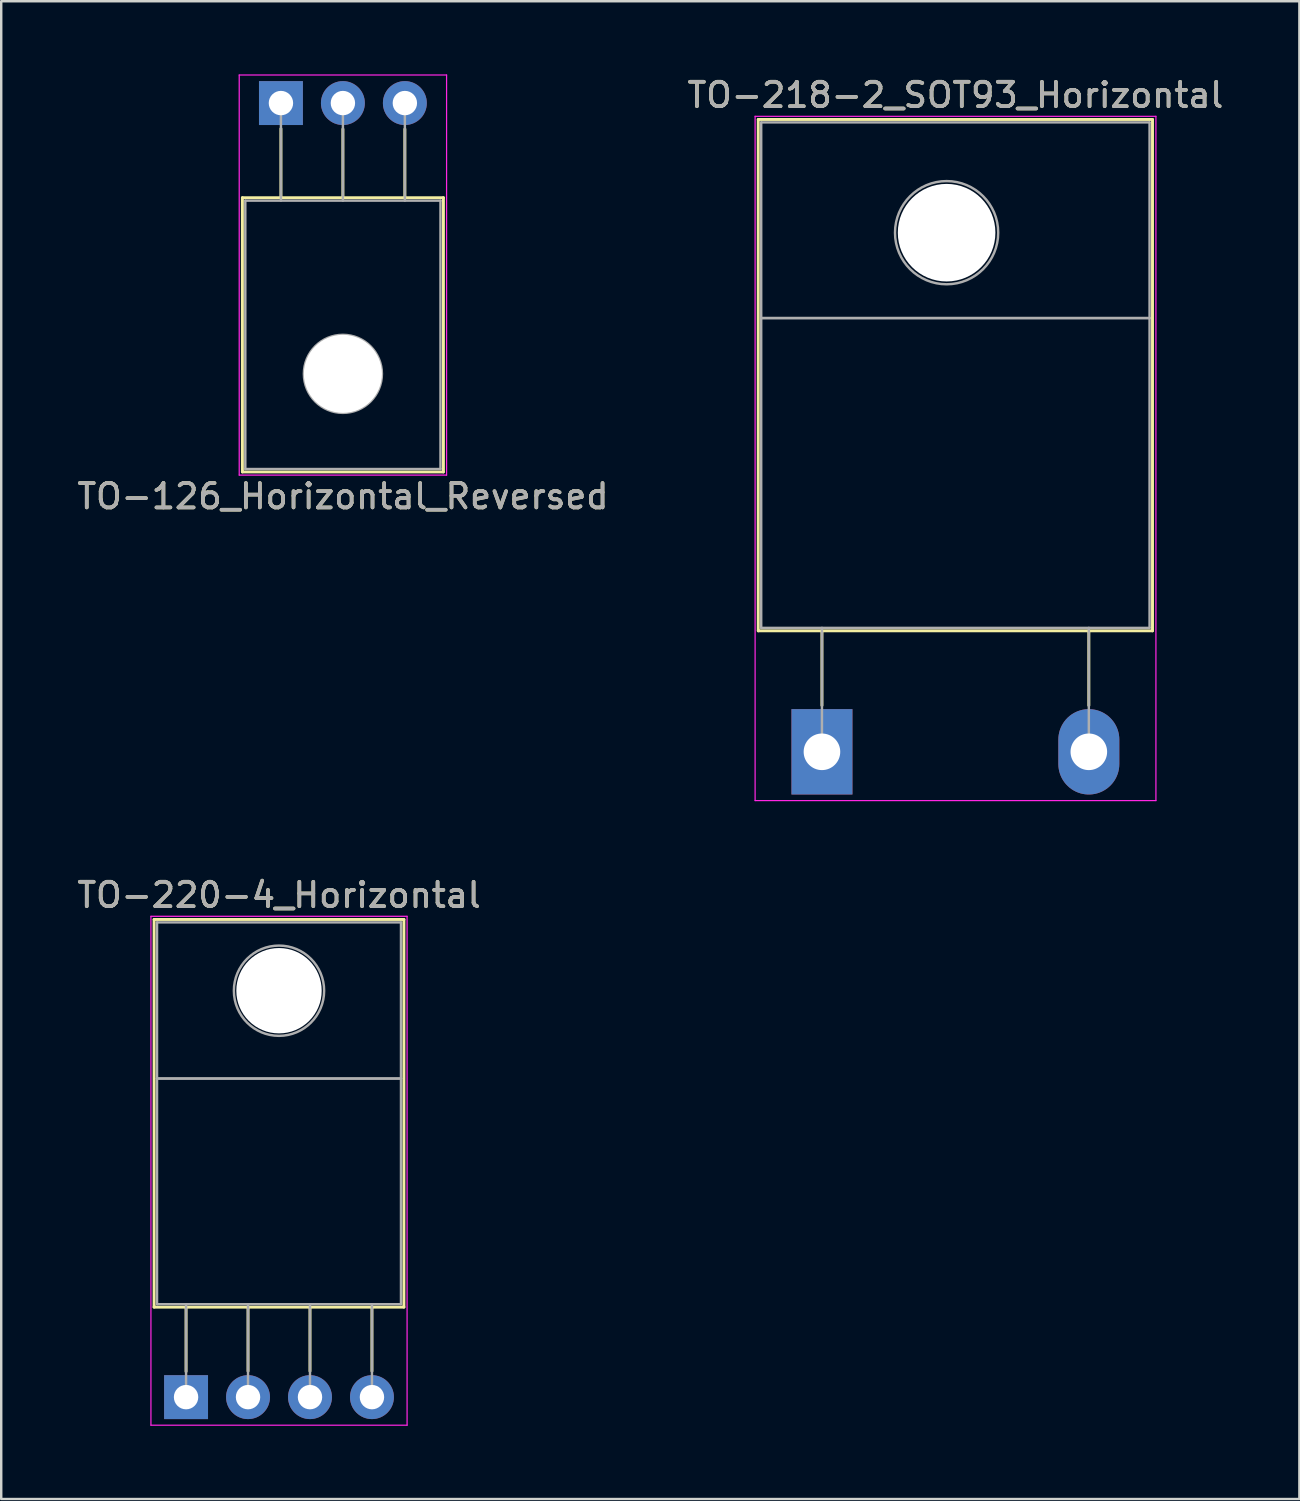
<source format=kicad_pcb>
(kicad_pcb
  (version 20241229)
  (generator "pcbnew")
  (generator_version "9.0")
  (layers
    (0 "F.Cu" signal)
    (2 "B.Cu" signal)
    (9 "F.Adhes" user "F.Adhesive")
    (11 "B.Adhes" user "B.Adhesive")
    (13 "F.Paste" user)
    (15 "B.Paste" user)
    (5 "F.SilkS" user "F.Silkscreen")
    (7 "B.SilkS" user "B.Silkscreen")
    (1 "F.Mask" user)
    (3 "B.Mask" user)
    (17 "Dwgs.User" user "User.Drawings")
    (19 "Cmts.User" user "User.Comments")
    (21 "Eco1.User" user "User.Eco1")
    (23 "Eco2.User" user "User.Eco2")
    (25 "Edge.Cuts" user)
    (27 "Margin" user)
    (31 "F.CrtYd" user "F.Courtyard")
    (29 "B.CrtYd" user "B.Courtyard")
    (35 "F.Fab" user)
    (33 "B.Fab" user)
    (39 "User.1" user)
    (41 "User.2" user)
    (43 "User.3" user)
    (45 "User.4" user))
  (footprint "TO-218-2_SOT93_Horizontal"
    (layer "F.Cu")
    (at 30.643 27.768)
    (property "Reference" "TO-218-2_SOT93_Horizontal" (at 5.47 -26.92 0) (layer "F.SilkS") (effects (font (size 1 1) (thickness 0.15))))
    (attr through_hole)
    (fp_line (start -2.611 -25.92) (end -2.611 -4.96) (stroke (width 0.12) (type solid)) (layer "F.SilkS"))
    (fp_line (start -2.611 -25.92) (end 13.55 -25.92) (stroke (width 0.12) (type solid)) (layer "F.SilkS"))
    (fp_line (start -2.611 -4.96) (end 13.55 -4.96) (stroke (width 0.12) (type solid)) (layer "F.SilkS"))
    (fp_line (start 0 -4.96) (end 0 -1.9) (stroke (width 0.12) (type solid)) (layer "F.SilkS"))
    (fp_line (start 10.94 -4.96) (end 10.94 -1.9) (stroke (width 0.12) (type solid)) (layer "F.SilkS"))
    (fp_line (start 13.55 -25.92) (end 13.55 -4.96) (stroke (width 0.12) (type solid)) (layer "F.SilkS"))
    (fp_line (start -2.74 -26.05) (end -2.74 2) (stroke (width 0.05) (type solid)) (layer "F.CrtYd"))
    (fp_line (start -2.74 2) (end 13.69 2) (stroke (width 0.05) (type solid)) (layer "F.CrtYd"))
    (fp_line (start 13.69 -26.05) (end -2.74 -26.05) (stroke (width 0.05) (type solid)) (layer "F.CrtYd"))
    (fp_line (start 13.69 2) (end 13.69 -26.05) (stroke (width 0.05) (type solid)) (layer "F.CrtYd"))
    (fp_line (start -2.49 -25.8) (end 13.43 -25.8) (stroke (width 0.1) (type solid)) (layer "F.Fab"))
    (fp_line (start -2.49 -17.78) (end -2.49 -25.8) (stroke (width 0.1) (type solid)) (layer "F.Fab"))
    (fp_line (start -2.49 -17.78) (end 13.43 -17.78) (stroke (width 0.1) (type solid)) (layer "F.Fab"))
    (fp_line (start -2.49 -5.08) (end -2.49 -17.78) (stroke (width 0.1) (type solid)) (layer "F.Fab"))
    (fp_line (start 0 -5.08) (end 0 0) (stroke (width 0.1) (type solid)) (layer "F.Fab"))
    (fp_line (start 10.94 -5.08) (end 10.94 0) (stroke (width 0.1) (type solid)) (layer "F.Fab"))
    (fp_line (start 13.43 -25.8) (end 13.43 -17.78) (stroke (width 0.1) (type solid)) (layer "F.Fab"))
    (fp_line (start 13.43 -17.78) (end -2.49 -17.78) (stroke (width 0.1) (type solid)) (layer "F.Fab"))
    (fp_line (start 13.43 -17.78) (end 13.43 -5.08) (stroke (width 0.1) (type solid)) (layer "F.Fab"))
    (fp_line (start 13.43 -5.08) (end -2.49 -5.08) (stroke (width 0.1) (type solid)) (layer "F.Fab"))
    (fp_circle (center 5.11 -21.28) (end 7.225 -21.28) (stroke (width 0.1) (type solid)) (fill no) (layer "F.Fab"))
    (fp_text user "${REFERENCE}" (at 5.47 -26.92 0) (layer "F.Fab") (effects (font (size 1 1) (thickness 0.15))))
    (pad "" np_thru_hole oval (at 5.11 -21.28) (size 4 4) (drill 4) (layers "*.Cu" "*.Mask"))
    (pad "1" thru_hole rect (at 0 0) (size 2.5 3.5) (drill 1.5) (layers "*.Cu" "*.Mask"))
    (pad "2" thru_hole oval (at 10.94 0) (size 2.5 3.5) (drill 1.5) (layers "*.Cu" "*.Mask")))
  (footprint "TO-126_Horizontal_Reversed"
    (layer "F.Cu")
    (at 8.466 1.175)
    (property "Reference" "TO-126_Horizontal_Reversed" (at 2.54 16.12 0) (layer "F.SilkS") (effects (font (size 1 1) (thickness 0.15))))
    (attr through_hole)
    (fp_line (start -1.58 3.88) (end -1.58 15.12) (stroke (width 0.12) (type solid)) (layer "F.SilkS"))
    (fp_line (start -1.58 3.88) (end 6.66 3.88) (stroke (width 0.12) (type solid)) (layer "F.SilkS"))
    (fp_line (start -1.58 15.12) (end 6.66 15.12) (stroke (width 0.12) (type solid)) (layer "F.SilkS"))
    (fp_line (start 0 1.05) (end 0 3.88) (stroke (width 0.12) (type solid)) (layer "F.SilkS"))
    (fp_line (start 2.54 1.066) (end 2.54 3.88) (stroke (width 0.12) (type solid)) (layer "F.SilkS"))
    (fp_line (start 5.08 1.066) (end 5.08 3.88) (stroke (width 0.12) (type solid)) (layer "F.SilkS"))
    (fp_line (start 6.66 3.88) (end 6.66 15.12) (stroke (width 0.12) (type solid)) (layer "F.SilkS"))
    (fp_line (start -1.71 -1.15) (end -1.71 15.25) (stroke (width 0.05) (type solid)) (layer "F.CrtYd"))
    (fp_line (start -1.71 15.25) (end 6.79 15.25) (stroke (width 0.05) (type solid)) (layer "F.CrtYd"))
    (fp_line (start 6.79 -1.15) (end -1.71 -1.15) (stroke (width 0.05) (type solid)) (layer "F.CrtYd"))
    (fp_line (start 6.79 15.25) (end 6.79 -1.15) (stroke (width 0.05) (type solid)) (layer "F.CrtYd"))
    (fp_line (start -1.46 4) (end -1.46 15) (stroke (width 0.1) (type solid)) (layer "F.Fab"))
    (fp_line (start -1.46 15) (end 6.54 15) (stroke (width 0.1) (type solid)) (layer "F.Fab"))
    (fp_line (start 0 4) (end 0 0) (stroke (width 0.1) (type solid)) (layer "F.Fab"))
    (fp_line (start 2.54 4) (end 2.54 0) (stroke (width 0.1) (type solid)) (layer "F.Fab"))
    (fp_line (start 5.08 4) (end 5.08 0) (stroke (width 0.1) (type solid)) (layer "F.Fab"))
    (fp_line (start 6.54 4) (end -1.46 4) (stroke (width 0.1) (type solid)) (layer "F.Fab"))
    (fp_line (start 6.54 15) (end 6.54 4) (stroke (width 0.1) (type solid)) (layer "F.Fab"))
    (fp_circle (center 2.54 11.1) (end 4.14 11.1) (stroke (width 0.1) (type solid)) (fill no) (layer "F.Fab"))
    (fp_text user "${REFERENCE}" (at 2.54 16.12 0) (layer "F.Fab") (effects (font (size 1 1) (thickness 0.15))))
    (pad "" np_thru_hole oval (at 2.54 11.1) (size 3.2 3.2) (drill 3.2) (layers "*.Cu" "*.Mask"))
    (pad "1" thru_hole rect (at 0 0) (size 1.8 1.8) (drill 1) (layers "*.Cu" "*.Mask"))
    (pad "2" thru_hole oval (at 2.54 0) (size 1.8 1.8) (drill 1) (layers "*.Cu" "*.Mask"))
    (pad "3" thru_hole oval (at 5.08 0) (size 1.8 1.8) (drill 1) (layers "*.Cu" "*.Mask")))
  (footprint "TO-220-4_Horizontal"
    (layer "F.Cu")
    (at 4.577 54.221)
    (property "Reference" "TO-220-4_Horizontal" (at 3.81 -20.58 0) (layer "F.SilkS") (effects (font (size 1 1) (thickness 0.15))))
    (attr through_hole)
    (fp_line (start -1.31 -19.58) (end -1.31 -3.69) (stroke (width 0.12) (type solid)) (layer "F.SilkS"))
    (fp_line (start -1.31 -19.58) (end 8.93 -19.58) (stroke (width 0.12) (type solid)) (layer "F.SilkS"))
    (fp_line (start -1.31 -3.69) (end 8.93 -3.69) (stroke (width 0.12) (type solid)) (layer "F.SilkS"))
    (fp_line (start 0 -3.69) (end 0 -1.05) (stroke (width 0.12) (type solid)) (layer "F.SilkS"))
    (fp_line (start 2.54 -3.69) (end 2.54 -1.066) (stroke (width 0.12) (type solid)) (layer "F.SilkS"))
    (fp_line (start 5.08 -3.69) (end 5.08 -1.066) (stroke (width 0.12) (type solid)) (layer "F.SilkS"))
    (fp_line (start 7.62 -3.69) (end 7.62 -1.066) (stroke (width 0.12) (type solid)) (layer "F.SilkS"))
    (fp_line (start 8.93 -19.58) (end 8.93 -3.69) (stroke (width 0.12) (type solid)) (layer "F.SilkS"))
    (fp_line (start -1.44 -19.71) (end -1.44 1.15) (stroke (width 0.05) (type solid)) (layer "F.CrtYd"))
    (fp_line (start -1.44 1.15) (end 9.06 1.15) (stroke (width 0.05) (type solid)) (layer "F.CrtYd"))
    (fp_line (start 9.06 -19.71) (end -1.44 -19.71) (stroke (width 0.05) (type solid)) (layer "F.CrtYd"))
    (fp_line (start 9.06 1.15) (end 9.06 -19.71) (stroke (width 0.05) (type solid)) (layer "F.CrtYd"))
    (fp_line (start -1.19 -19.46) (end 8.81 -19.46) (stroke (width 0.1) (type solid)) (layer "F.Fab"))
    (fp_line (start -1.19 -13.06) (end -1.19 -19.46) (stroke (width 0.1) (type solid)) (layer "F.Fab"))
    (fp_line (start -1.19 -13.06) (end 8.81 -13.06) (stroke (width 0.1) (type solid)) (layer "F.Fab"))
    (fp_line (start -1.19 -3.81) (end -1.19 -13.06) (stroke (width 0.1) (type solid)) (layer "F.Fab"))
    (fp_line (start 0 -3.81) (end 0 0) (stroke (width 0.1) (type solid)) (layer "F.Fab"))
    (fp_line (start 2.54 -3.81) (end 2.54 0) (stroke (width 0.1) (type solid)) (layer "F.Fab"))
    (fp_line (start 5.08 -3.81) (end 5.08 0) (stroke (width 0.1) (type solid)) (layer "F.Fab"))
    (fp_line (start 7.62 -3.81) (end 7.62 0) (stroke (width 0.1) (type solid)) (layer "F.Fab"))
    (fp_line (start 8.81 -19.46) (end 8.81 -13.06) (stroke (width 0.1) (type solid)) (layer "F.Fab"))
    (fp_line (start 8.81 -13.06) (end -1.19 -13.06) (stroke (width 0.1) (type solid)) (layer "F.Fab"))
    (fp_line (start 8.81 -13.06) (end 8.81 -3.81) (stroke (width 0.1) (type solid)) (layer "F.Fab"))
    (fp_line (start 8.81 -3.81) (end -1.19 -3.81) (stroke (width 0.1) (type solid)) (layer "F.Fab"))
    (fp_circle (center 3.81 -16.66) (end 5.66 -16.66) (stroke (width 0.1) (type solid)) (fill no) (layer "F.Fab"))
    (fp_text user "${REFERENCE}" (at 3.81 -20.58 0) (layer "F.Fab") (effects (font (size 1 1) (thickness 0.15))))
    (pad "" np_thru_hole oval (at 3.81 -16.66) (size 3.5 3.5) (drill 3.5) (layers "*.Cu" "*.Mask"))
    (pad "1" thru_hole rect (at 0 0) (size 1.8 1.8) (drill 1) (layers "*.Cu" "*.Mask"))
    (pad "2" thru_hole oval (at 2.54 0) (size 1.8 1.8) (drill 1) (layers "*.Cu" "*.Mask"))
    (pad "3" thru_hole oval (at 5.08 0) (size 1.8 1.8) (drill 1) (layers "*.Cu" "*.Mask"))
    (pad "4" thru_hole oval (at 7.62 0) (size 1.8 1.8) (drill 1) (layers "*.Cu" "*.Mask")))
  (gr_rect
    (start -3 -3)
    (end 50.214 58.397)
    (stroke (width 0.1) (type default))
    (fill no)
    (layer "Edge.Cuts")))
</source>
